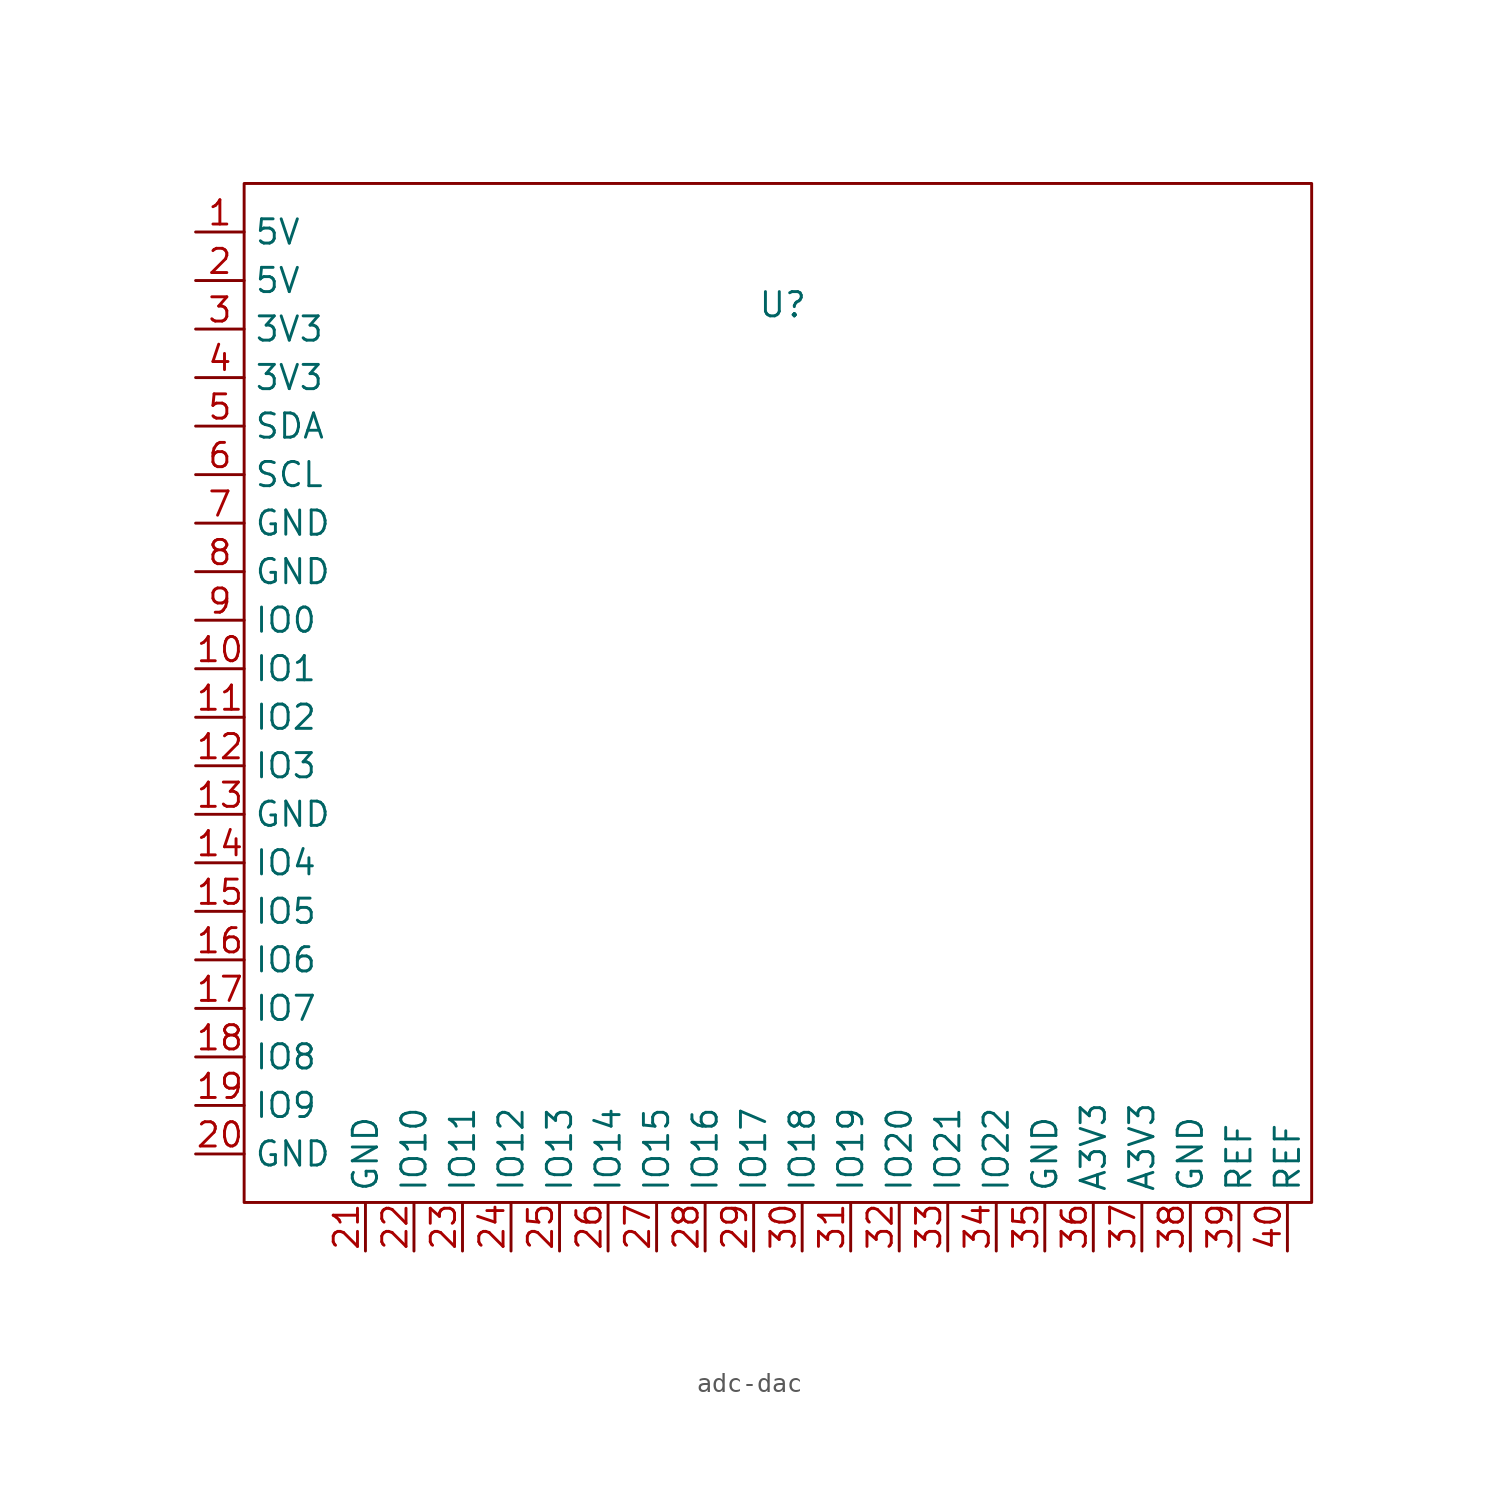
<source format=kicad_sym>
(kicad_symbol_lib
  (version 20241209)
  (generator "kicad_symbol_editor")
  (generator_version "9.0")
  (symbol "adc-dac"
    (property "Reference" "U"
      (at 28.194 46.99 0)
      (effects (font (size 1.27 1.27))))
    (property "Value" ""
      (at 34.29 30.48 90)
      (effects (font (size 1.27 1.27))))
    (symbol "adc-dac_0_1"
      (rectangle (start 0 53.34) (end 55.88 0) (stroke (width 0) (type default)) (fill (type none))))
    (symbol "adc-dac_1_1"
      (pin bidirectional line (at -2.54 50.8 0) (length 2.54) (name "5V" (effects (font (size 1.27 1.27)))) (number "1" (effects (font (size 1.27 1.27)))))
      (pin bidirectional line (at -2.54 48.26 0) (length 2.54) (name "5V" (effects (font (size 1.27 1.27)))) (number "2" (effects (font (size 1.27 1.27)))))
      (pin bidirectional line (at -2.54 45.72 0) (length 2.54) (name "3V3" (effects (font (size 1.27 1.27)))) (number "3" (effects (font (size 1.27 1.27)))))
      (pin bidirectional line (at -2.54 43.18 0) (length 2.54) (name "3V3" (effects (font (size 1.27 1.27)))) (number "4" (effects (font (size 1.27 1.27)))))
      (pin bidirectional line (at -2.54 40.64 0) (length 2.54) (name "SDA" (effects (font (size 1.27 1.27)))) (number "5" (effects (font (size 1.27 1.27)))))
      (pin bidirectional line (at -2.54 38.1 0) (length 2.54) (name "SCL" (effects (font (size 1.27 1.27)))) (number "6" (effects (font (size 1.27 1.27)))))
      (pin bidirectional line (at -2.54 35.56 0) (length 2.54) (name "GND" (effects (font (size 1.27 1.27)))) (number "7" (effects (font (size 1.27 1.27)))))
      (pin bidirectional line (at -2.54 33.02 0) (length 2.54) (name "GND" (effects (font (size 1.27 1.27)))) (number "8" (effects (font (size 1.27 1.27)))))
      (pin bidirectional line (at -2.54 30.48 0) (length 2.54) (name "IO0" (effects (font (size 1.27 1.27)))) (number "9" (effects (font (size 1.27 1.27)))))
      (pin bidirectional line (at -2.54 27.94 0) (length 2.54) (name "IO1" (effects (font (size 1.27 1.27)))) (number "10" (effects (font (size 1.27 1.27)))))
      (pin bidirectional line (at -2.54 25.4 0) (length 2.54) (name "IO2" (effects (font (size 1.27 1.27)))) (number "11" (effects (font (size 1.27 1.27)))))
      (pin bidirectional line (at -2.54 22.86 0) (length 2.54) (name "IO3" (effects (font (size 1.27 1.27)))) (number "12" (effects (font (size 1.27 1.27)))))
      (pin bidirectional line (at -2.54 20.32 0) (length 2.54) (name "GND" (effects (font (size 1.27 1.27)))) (number "13" (effects (font (size 1.27 1.27)))))
      (pin bidirectional line (at -2.54 17.78 0) (length 2.54) (name "IO4" (effects (font (size 1.27 1.27)))) (number "14" (effects (font (size 1.27 1.27)))))
      (pin bidirectional line (at -2.54 15.24 0) (length 2.54) (name "IO5" (effects (font (size 1.27 1.27)))) (number "15" (effects (font (size 1.27 1.27)))))
      (pin bidirectional line (at -2.54 12.7 0) (length 2.54) (name "IO6" (effects (font (size 1.27 1.27)))) (number "16" (effects (font (size 1.27 1.27)))))
      (pin bidirectional line (at -2.54 10.16 0) (length 2.54) (name "IO7" (effects (font (size 1.27 1.27)))) (number "17" (effects (font (size 1.27 1.27)))))
      (pin bidirectional line (at -2.54 7.62 0) (length 2.54) (name "IO8" (effects (font (size 1.27 1.27)))) (number "18" (effects (font (size 1.27 1.27)))))
      (pin bidirectional line (at -2.54 5.08 0) (length 2.54) (name "IO9" (effects (font (size 1.27 1.27)))) (number "19" (effects (font (size 1.27 1.27)))))
      (pin bidirectional line (at -2.54 2.54 0) (length 2.54) (name "GND" (effects (font (size 1.27 1.27)))) (number "20" (effects (font (size 1.27 1.27)))))
      (pin bidirectional line (at 6.35 -2.54 90) (length 2.54) (name "GND" (effects (font (size 1.27 1.27)))) (number "21" (effects (font (size 1.27 1.27)))))
      (pin bidirectional line (at 8.89 -2.54 90) (length 2.54) (name "IO10" (effects (font (size 1.27 1.27)))) (number "22" (effects (font (size 1.27 1.27)))))
      (pin bidirectional line (at 11.43 -2.54 90) (length 2.54) (name "IO11" (effects (font (size 1.27 1.27)))) (number "23" (effects (font (size 1.27 1.27)))))
      (pin bidirectional line (at 13.97 -2.54 90) (length 2.54) (name "IO12" (effects (font (size 1.27 1.27)))) (number "24" (effects (font (size 1.27 1.27)))))
      (pin bidirectional line (at 16.51 -2.54 90) (length 2.54) (name "IO13" (effects (font (size 1.27 1.27)))) (number "25" (effects (font (size 1.27 1.27)))))
      (pin bidirectional line (at 19.05 -2.54 90) (length 2.54) (name "IO14" (effects (font (size 1.27 1.27)))) (number "26" (effects (font (size 1.27 1.27)))))
      (pin bidirectional line (at 21.59 -2.54 90) (length 2.54) (name "IO15" (effects (font (size 1.27 1.27)))) (number "27" (effects (font (size 1.27 1.27)))))
      (pin bidirectional line (at 24.13 -2.54 90) (length 2.54) (name "IO16" (effects (font (size 1.27 1.27)))) (number "28" (effects (font (size 1.27 1.27)))))
      (pin bidirectional line (at 26.67 -2.54 90) (length 2.54) (name "IO17" (effects (font (size 1.27 1.27)))) (number "29" (effects (font (size 1.27 1.27)))))
      (pin bidirectional line (at 29.21 -2.54 90) (length 2.54) (name "IO18" (effects (font (size 1.27 1.27)))) (number "30" (effects (font (size 1.27 1.27)))))
      (pin bidirectional line (at 31.75 -2.54 90) (length 2.54) (name "IO19" (effects (font (size 1.27 1.27)))) (number "31" (effects (font (size 1.27 1.27)))))
      (pin bidirectional line (at 34.29 -2.54 90) (length 2.54) (name "IO20" (effects (font (size 1.27 1.27)))) (number "32" (effects (font (size 1.27 1.27)))))
      (pin bidirectional line (at 36.83 -2.54 90) (length 2.54) (name "IO21" (effects (font (size 1.27 1.27)))) (number "33" (effects (font (size 1.27 1.27)))))
      (pin bidirectional line (at 39.37 -2.54 90) (length 2.54) (name "IO22" (effects (font (size 1.27 1.27)))) (number "34" (effects (font (size 1.27 1.27)))))
      (pin bidirectional line (at 41.91 -2.54 90) (length 2.54) (name "GND" (effects (font (size 1.27 1.27)))) (number "35" (effects (font (size 1.27 1.27)))))
      (pin bidirectional line (at 44.45 -2.54 90) (length 2.54) (name "A3V3" (effects (font (size 1.27 1.27)))) (number "36" (effects (font (size 1.27 1.27)))))
      (pin bidirectional line (at 46.99 -2.54 90) (length 2.54) (name "A3V3" (effects (font (size 1.27 1.27)))) (number "37" (effects (font (size 1.27 1.27)))))
      (pin bidirectional line (at 49.53 -2.54 90) (length 2.54) (name "GND" (effects (font (size 1.27 1.27)))) (number "38" (effects (font (size 1.27 1.27)))))
      (pin bidirectional line (at 52.07 -2.54 90) (length 2.54) (name "REF" (effects (font (size 1.27 1.27)))) (number "39" (effects (font (size 1.27 1.27)))))
      (pin bidirectional line (at 54.61 -2.54 90) (length 2.54) (name "REF" (effects (font (size 1.27 1.27)))) (number "40" (effects (font (size 1.27 1.27))))))))
</source>
